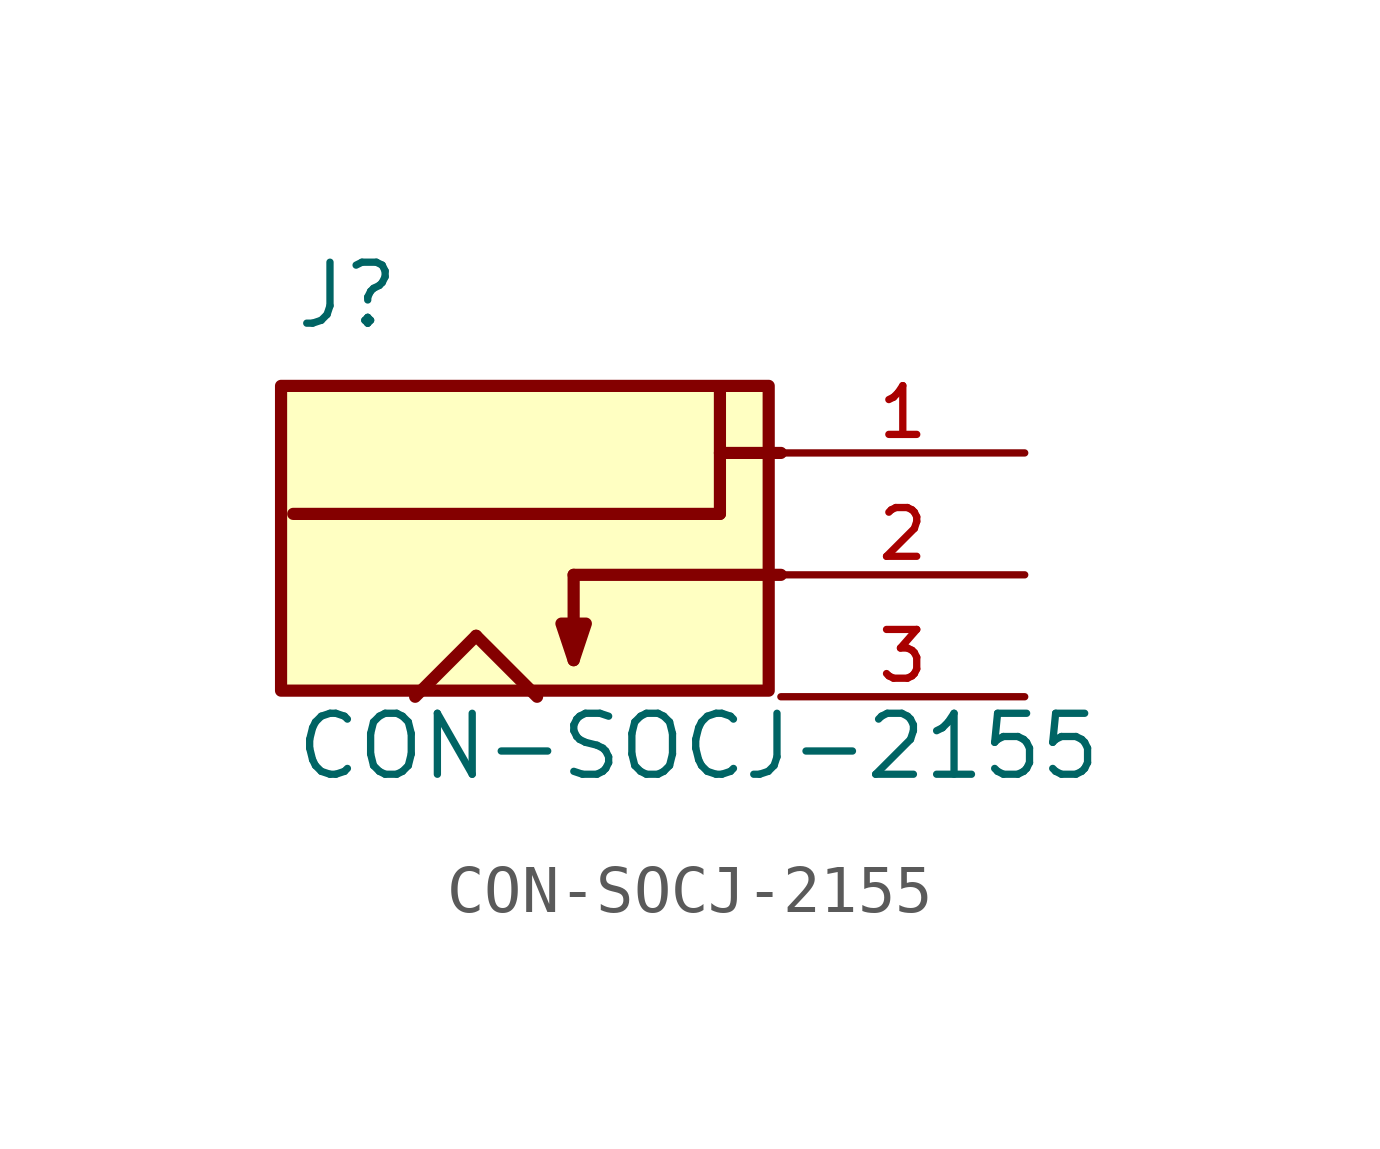
<source format=kicad_sym>
(kicad_symbol_lib
  (version 20211014)
  (generator kicad_symbol_editor)
  (symbol "CON-SOCJ-2155"
    (pin_names
      (offset 1.016) hide)
    (property "Reference" "J"
      (at -5.08 5.08 0)
      (effects (font (size 1.27 1.27)) (justify left bottom)))
    (property "Value" "CON-SOCJ-2155"
      (at -5.08 -4.318 0)
      (effects (font (size 1.27 1.27)) (justify left bottom)))
    (property "ki_locked" ""
      (at 0 0 0)
      (effects (font (size 1.27 1.27))))
    (symbol "CON-SOCJ-2155_0_0"
      (rectangle (start -5.334 -2.413) (end 4.826 3.937) (stroke (width 0.254) (type default) (color 0 0 0 0)) (fill (type background)))
      (polyline (pts (xy -2.54 -2.54) (xy -1.27 -1.27)) (stroke (width 0.254) (type default) (color 0 0 0 0)) (fill (type none)))
      (polyline (pts (xy -1.27 -1.27) (xy 0 -2.54)) (stroke (width 0.254) (type default) (color 0 0 0 0)) (fill (type none)))
      (polyline (pts (xy 0.762 0) (xy 0.762 -1.778)) (stroke (width 0.254) (type default) (color 0 0 0 0)) (fill (type none)))
      (polyline (pts (xy 0.762 0) (xy 5.08 0)) (stroke (width 0.254) (type default) (color 0 0 0 0)) (fill (type none)))
      (polyline (pts (xy 3.81 1.27) (xy -5.08 1.27)) (stroke (width 0.254) (type default) (color 0 0 0 0)) (fill (type none)))
      (polyline (pts (xy 3.81 2.54) (xy 5.08 2.54)) (stroke (width 0.254) (type default) (color 0 0 0 0)) (fill (type none)))
      (polyline (pts (xy 3.81 3.81) (xy 3.81 1.27)) (stroke (width 0.254) (type default) (color 0 0 0 0)) (fill (type none)))
      (polyline (pts (xy 0.762 -1.778) (xy 0.508 -1.016) (xy 1.016 -1.016) (xy 0.762 -1.778)) (stroke (width 0.254) (type default) (color 0 0 0 0)) (fill (type background)))
      (pin passive line (at 10.16 2.54 180) (length 5.08) (name "~" (effects (font (size 1.016 1.016)))) (number "1" (effects (font (size 1.016 1.016)))))
      (pin passive line (at 10.16 0 180) (length 5.08) (name "~" (effects (font (size 1.016 1.016)))) (number "2" (effects (font (size 1.016 1.016)))))
      (pin passive line (at 10.16 -2.54 180) (length 5.08) (name "~" (effects (font (size 1.016 1.016)))) (number "3" (effects (font (size 1.016 1.016))))))))
</source>
